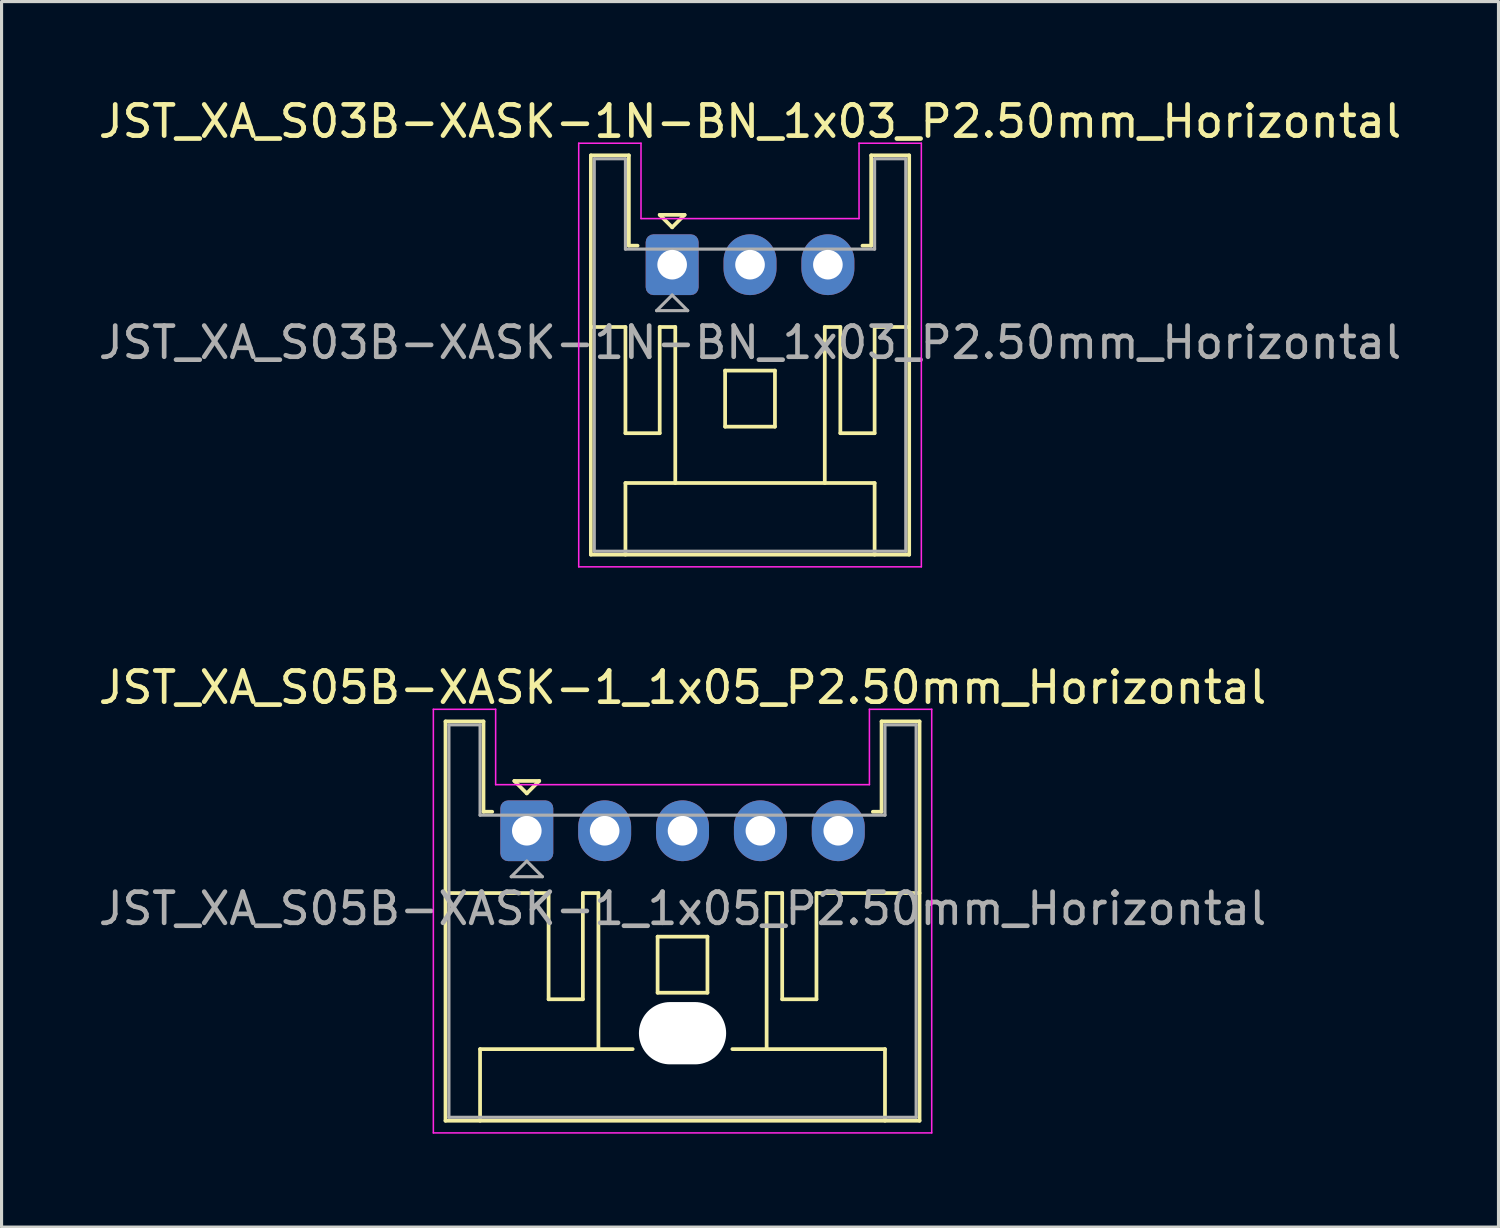
<source format=kicad_pcb>
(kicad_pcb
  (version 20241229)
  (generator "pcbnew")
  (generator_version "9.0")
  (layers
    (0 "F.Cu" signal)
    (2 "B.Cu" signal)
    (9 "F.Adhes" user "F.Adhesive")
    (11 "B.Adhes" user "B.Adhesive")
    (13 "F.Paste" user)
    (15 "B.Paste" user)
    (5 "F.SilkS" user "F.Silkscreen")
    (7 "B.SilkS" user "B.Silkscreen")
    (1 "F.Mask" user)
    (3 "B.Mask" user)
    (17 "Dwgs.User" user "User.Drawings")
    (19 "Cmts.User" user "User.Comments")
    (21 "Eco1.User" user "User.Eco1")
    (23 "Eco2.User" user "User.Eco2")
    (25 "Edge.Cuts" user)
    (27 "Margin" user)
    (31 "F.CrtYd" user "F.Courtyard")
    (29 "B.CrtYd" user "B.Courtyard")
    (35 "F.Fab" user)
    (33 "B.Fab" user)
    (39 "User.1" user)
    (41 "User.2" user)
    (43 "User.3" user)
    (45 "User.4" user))
  (footprint "JST_XA_S05B-XASK-1_1x05_P2.50mm_Horizontal"
    (layer "F.Cu")
    (at 13.863 23.622)
    (property "Reference" "JST_XA_S05B-XASK-1_1x05_P2.50mm_Horizontal" (at 5 -4.6 0) (layer "F.SilkS") (effects (font (size 1 1) (thickness 0.15))))
    (attr through_hole)
    (fp_line (start -2.61 -3.51) (end -2.61 9.31) (stroke (width 0.12) (type solid)) (layer "F.SilkS"))
    (fp_line (start -2.61 9.31) (end 12.61 9.31) (stroke (width 0.12) (type solid)) (layer "F.SilkS"))
    (fp_line (start -1.5 7.01) (end 3.4 7.01) (stroke (width 0.12) (type solid)) (layer "F.SilkS"))
    (fp_line (start -1.5 9.31) (end -1.5 7.01) (stroke (width 0.12) (type solid)) (layer "F.SilkS"))
    (fp_line (start -1.39 -3.51) (end -2.61 -3.51) (stroke (width 0.12) (type solid)) (layer "F.SilkS"))
    (fp_line (start -1.39 -0.61) (end -1.39 -3.51) (stroke (width 0.12) (type solid)) (layer "F.SilkS"))
    (fp_line (start -1.11 -0.61) (end -1.39 -0.61) (stroke (width 0.12) (type solid)) (layer "F.SilkS"))
    (fp_line (start -0.4 -1.6) (end 0.4 -1.6) (stroke (width 0.12) (type solid)) (layer "F.SilkS"))
    (fp_line (start 0 -1.2) (end -0.4 -1.6) (stroke (width 0.12) (type solid)) (layer "F.SilkS"))
    (fp_line (start 0.4 -1.6) (end 0 -1.2) (stroke (width 0.12) (type solid)) (layer "F.SilkS"))
    (fp_line (start 0.7 2) (end -2.61 2) (stroke (width 0.12) (type solid)) (layer "F.SilkS"))
    (fp_line (start 0.7 5.41) (end 0.7 2) (stroke (width 0.12) (type solid)) (layer "F.SilkS"))
    (fp_line (start 1.8 2) (end 1.8 5.41) (stroke (width 0.12) (type solid)) (layer "F.SilkS"))
    (fp_line (start 1.8 5.41) (end 0.7 5.41) (stroke (width 0.12) (type solid)) (layer "F.SilkS"))
    (fp_line (start 2.3 2) (end 1.8 2) (stroke (width 0.12) (type solid)) (layer "F.SilkS"))
    (fp_line (start 2.3 7.01) (end 2.3 2) (stroke (width 0.12) (type solid)) (layer "F.SilkS"))
    (fp_line (start 4.2 3.4) (end 5.8 3.4) (stroke (width 0.12) (type solid)) (layer "F.SilkS"))
    (fp_line (start 4.2 5.2) (end 4.2 3.4) (stroke (width 0.12) (type solid)) (layer "F.SilkS"))
    (fp_line (start 5.8 3.4) (end 5.8 5.2) (stroke (width 0.12) (type solid)) (layer "F.SilkS"))
    (fp_line (start 5.8 5.2) (end 4.2 5.2) (stroke (width 0.12) (type solid)) (layer "F.SilkS"))
    (fp_line (start 6.6 7.01) (end 11.5 7.01) (stroke (width 0.12) (type solid)) (layer "F.SilkS"))
    (fp_line (start 7.7 2) (end 8.2 2) (stroke (width 0.12) (type solid)) (layer "F.SilkS"))
    (fp_line (start 7.7 7.01) (end 7.7 2) (stroke (width 0.12) (type solid)) (layer "F.SilkS"))
    (fp_line (start 8.2 2) (end 8.2 5.41) (stroke (width 0.12) (type solid)) (layer "F.SilkS"))
    (fp_line (start 8.2 5.41) (end 9.3 5.41) (stroke (width 0.12) (type solid)) (layer "F.SilkS"))
    (fp_line (start 9.3 2) (end 12.61 2) (stroke (width 0.12) (type solid)) (layer "F.SilkS"))
    (fp_line (start 9.3 5.41) (end 9.3 2) (stroke (width 0.12) (type solid)) (layer "F.SilkS"))
    (fp_line (start 11.39 -3.51) (end 11.39 -0.61) (stroke (width 0.12) (type solid)) (layer "F.SilkS"))
    (fp_line (start 11.39 -0.61) (end 11.11 -0.61) (stroke (width 0.12) (type solid)) (layer "F.SilkS"))
    (fp_line (start 11.5 7.01) (end 11.5 9.31) (stroke (width 0.12) (type solid)) (layer "F.SilkS"))
    (fp_line (start 12.61 -3.51) (end 11.39 -3.51) (stroke (width 0.12) (type solid)) (layer "F.SilkS"))
    (fp_line (start 12.61 9.31) (end 12.61 -3.51) (stroke (width 0.12) (type solid)) (layer "F.SilkS"))
    (fp_line (start -3 -3.9) (end -1 -3.9) (stroke (width 0.05) (type solid)) (layer "F.CrtYd"))
    (fp_line (start -3 9.7) (end -3 -3.9) (stroke (width 0.05) (type solid)) (layer "F.CrtYd"))
    (fp_line (start -1 -3.9) (end -1 -1.48) (stroke (width 0.05) (type solid)) (layer "F.CrtYd"))
    (fp_line (start -1 -1.48) (end 11 -1.48) (stroke (width 0.05) (type solid)) (layer "F.CrtYd"))
    (fp_line (start 11 -3.9) (end 13 -3.9) (stroke (width 0.05) (type solid)) (layer "F.CrtYd"))
    (fp_line (start 11 -1.48) (end 11 -3.9) (stroke (width 0.05) (type solid)) (layer "F.CrtYd"))
    (fp_line (start 13 -3.9) (end 13 9.7) (stroke (width 0.05) (type solid)) (layer "F.CrtYd"))
    (fp_line (start 13 9.7) (end -3 9.7) (stroke (width 0.05) (type solid)) (layer "F.CrtYd"))
    (fp_line (start -2.5 -3.4) (end -2.5 9.2) (stroke (width 0.1) (type solid)) (layer "F.Fab"))
    (fp_line (start -2.5 9.2) (end 12.5 9.2) (stroke (width 0.1) (type solid)) (layer "F.Fab"))
    (fp_line (start -1.5 -3.4) (end -2.5 -3.4) (stroke (width 0.1) (type solid)) (layer "F.Fab"))
    (fp_line (start -1.5 -0.5) (end -1.5 -3.4) (stroke (width 0.1) (type solid)) (layer "F.Fab"))
    (fp_line (start -0.5 1.475) (end 0.5 1.475) (stroke (width 0.1) (type solid)) (layer "F.Fab"))
    (fp_line (start 0 0.975) (end -0.5 1.475) (stroke (width 0.1) (type solid)) (layer "F.Fab"))
    (fp_line (start 0.5 1.475) (end 0 0.975) (stroke (width 0.1) (type solid)) (layer "F.Fab"))
    (fp_line (start 11.5 -3.4) (end 11.5 -0.5) (stroke (width 0.1) (type solid)) (layer "F.Fab"))
    (fp_line (start 11.5 -0.5) (end -1.5 -0.5) (stroke (width 0.1) (type solid)) (layer "F.Fab"))
    (fp_line (start 12.5 -3.4) (end 11.5 -3.4) (stroke (width 0.1) (type solid)) (layer "F.Fab"))
    (fp_line (start 12.5 9.2) (end 12.5 -3.4) (stroke (width 0.1) (type solid)) (layer "F.Fab"))
    (fp_text user "${REFERENCE}" (at 5 2.5 0) (layer "F.Fab") (effects (font (size 1 1) (thickness 0.15))))
    (pad "" np_thru_hole oval (at 5 6.5) (size 2.8 2) (drill oval 2.8 2) (layers "*.Cu" "*.Mask"))
    (pad "1" thru_hole roundrect (at 0 0) (size 1.7 1.95) (drill 0.95) (layers "*.Cu" "*.Mask") (roundrect_rratio 0.147))
    (pad "2" thru_hole oval (at 2.5 0) (size 1.7 1.95) (drill 0.95) (layers "*.Cu" "*.Mask"))
    (pad "3" thru_hole oval (at 5 0) (size 1.7 1.95) (drill 0.95) (layers "*.Cu" "*.Mask"))
    (pad "4" thru_hole oval (at 7.5 0) (size 1.7 1.95) (drill 0.95) (layers "*.Cu" "*.Mask"))
    (pad "5" thru_hole oval (at 10 0) (size 1.7 1.95) (drill 0.95) (layers "*.Cu" "*.Mask")))
  (footprint "JST_XA_S03B-XASK-1N-BN_1x03_P2.50mm_Horizontal"
    (layer "F.Cu")
    (at 18.53 5.448)
    (property "Reference" "JST_XA_S03B-XASK-1N-BN_1x03_P2.50mm_Horizontal" (at 2.5 -4.6 0) (layer "F.SilkS") (effects (font (size 1 1) (thickness 0.15))))
    (attr through_hole)
    (fp_line (start -2.61 -3.51) (end -2.61 9.31) (stroke (width 0.12) (type solid)) (layer "F.SilkS"))
    (fp_line (start -2.61 9.31) (end 7.61 9.31) (stroke (width 0.12) (type solid)) (layer "F.SilkS"))
    (fp_line (start -1.5 2) (end -2.61 2) (stroke (width 0.12) (type solid)) (layer "F.SilkS"))
    (fp_line (start -1.5 5.41) (end -1.5 2) (stroke (width 0.12) (type solid)) (layer "F.SilkS"))
    (fp_line (start -1.5 7.01) (end 6.5 7.01) (stroke (width 0.12) (type solid)) (layer "F.SilkS"))
    (fp_line (start -1.5 9.31) (end -1.5 7.01) (stroke (width 0.12) (type solid)) (layer "F.SilkS"))
    (fp_line (start -1.39 -3.51) (end -2.61 -3.51) (stroke (width 0.12) (type solid)) (layer "F.SilkS"))
    (fp_line (start -1.39 -0.61) (end -1.39 -3.51) (stroke (width 0.12) (type solid)) (layer "F.SilkS"))
    (fp_line (start -1.11 -0.61) (end -1.39 -0.61) (stroke (width 0.12) (type solid)) (layer "F.SilkS"))
    (fp_line (start -0.4 -1.6) (end 0.4 -1.6) (stroke (width 0.12) (type solid)) (layer "F.SilkS"))
    (fp_line (start -0.4 2) (end -0.4 5.41) (stroke (width 0.12) (type solid)) (layer "F.SilkS"))
    (fp_line (start -0.4 5.41) (end -1.5 5.41) (stroke (width 0.12) (type solid)) (layer "F.SilkS"))
    (fp_line (start 0 -1.2) (end -0.4 -1.6) (stroke (width 0.12) (type solid)) (layer "F.SilkS"))
    (fp_line (start 0.1 2) (end -0.4 2) (stroke (width 0.12) (type solid)) (layer "F.SilkS"))
    (fp_line (start 0.1 7.01) (end 0.1 2) (stroke (width 0.12) (type solid)) (layer "F.SilkS"))
    (fp_line (start 0.4 -1.6) (end 0 -1.2) (stroke (width 0.12) (type solid)) (layer "F.SilkS"))
    (fp_line (start 1.7 3.4) (end 3.3 3.4) (stroke (width 0.12) (type solid)) (layer "F.SilkS"))
    (fp_line (start 1.7 5.2) (end 1.7 3.4) (stroke (width 0.12) (type solid)) (layer "F.SilkS"))
    (fp_line (start 3.3 3.4) (end 3.3 5.2) (stroke (width 0.12) (type solid)) (layer "F.SilkS"))
    (fp_line (start 3.3 5.2) (end 1.7 5.2) (stroke (width 0.12) (type solid)) (layer "F.SilkS"))
    (fp_line (start 4.9 2) (end 5.4 2) (stroke (width 0.12) (type solid)) (layer "F.SilkS"))
    (fp_line (start 4.9 7.01) (end 4.9 2) (stroke (width 0.12) (type solid)) (layer "F.SilkS"))
    (fp_line (start 5.4 2) (end 5.4 5.41) (stroke (width 0.12) (type solid)) (layer "F.SilkS"))
    (fp_line (start 5.4 5.41) (end 6.5 5.41) (stroke (width 0.12) (type solid)) (layer "F.SilkS"))
    (fp_line (start 6.39 -3.51) (end 6.39 -0.61) (stroke (width 0.12) (type solid)) (layer "F.SilkS"))
    (fp_line (start 6.39 -0.61) (end 6.11 -0.61) (stroke (width 0.12) (type solid)) (layer "F.SilkS"))
    (fp_line (start 6.5 2) (end 7.61 2) (stroke (width 0.12) (type solid)) (layer "F.SilkS"))
    (fp_line (start 6.5 5.41) (end 6.5 2) (stroke (width 0.12) (type solid)) (layer "F.SilkS"))
    (fp_line (start 6.5 7.01) (end 6.5 9.31) (stroke (width 0.12) (type solid)) (layer "F.SilkS"))
    (fp_line (start 7.61 -3.51) (end 6.39 -3.51) (stroke (width 0.12) (type solid)) (layer "F.SilkS"))
    (fp_line (start 7.61 9.31) (end 7.61 -3.51) (stroke (width 0.12) (type solid)) (layer "F.SilkS"))
    (fp_line (start -3 -3.9) (end -1 -3.9) (stroke (width 0.05) (type solid)) (layer "F.CrtYd"))
    (fp_line (start -3 9.7) (end -3 -3.9) (stroke (width 0.05) (type solid)) (layer "F.CrtYd"))
    (fp_line (start -1 -3.9) (end -1 -1.48) (stroke (width 0.05) (type solid)) (layer "F.CrtYd"))
    (fp_line (start -1 -1.48) (end 6 -1.48) (stroke (width 0.05) (type solid)) (layer "F.CrtYd"))
    (fp_line (start 6 -3.9) (end 8 -3.9) (stroke (width 0.05) (type solid)) (layer "F.CrtYd"))
    (fp_line (start 6 -1.48) (end 6 -3.9) (stroke (width 0.05) (type solid)) (layer "F.CrtYd"))
    (fp_line (start 8 -3.9) (end 8 9.7) (stroke (width 0.05) (type solid)) (layer "F.CrtYd"))
    (fp_line (start 8 9.7) (end -3 9.7) (stroke (width 0.05) (type solid)) (layer "F.CrtYd"))
    (fp_line (start -2.5 -3.4) (end -2.5 9.2) (stroke (width 0.1) (type solid)) (layer "F.Fab"))
    (fp_line (start -2.5 9.2) (end 7.5 9.2) (stroke (width 0.1) (type solid)) (layer "F.Fab"))
    (fp_line (start -1.5 -3.4) (end -2.5 -3.4) (stroke (width 0.1) (type solid)) (layer "F.Fab"))
    (fp_line (start -1.5 -0.5) (end -1.5 -3.4) (stroke (width 0.1) (type solid)) (layer "F.Fab"))
    (fp_line (start -0.5 1.475) (end 0.5 1.475) (stroke (width 0.1) (type solid)) (layer "F.Fab"))
    (fp_line (start 0 0.975) (end -0.5 1.475) (stroke (width 0.1) (type solid)) (layer "F.Fab"))
    (fp_line (start 0.5 1.475) (end 0 0.975) (stroke (width 0.1) (type solid)) (layer "F.Fab"))
    (fp_line (start 6.5 -3.4) (end 6.5 -0.5) (stroke (width 0.1) (type solid)) (layer "F.Fab"))
    (fp_line (start 6.5 -0.5) (end -1.5 -0.5) (stroke (width 0.1) (type solid)) (layer "F.Fab"))
    (fp_line (start 7.5 -3.4) (end 6.5 -3.4) (stroke (width 0.1) (type solid)) (layer "F.Fab"))
    (fp_line (start 7.5 9.2) (end 7.5 -3.4) (stroke (width 0.1) (type solid)) (layer "F.Fab"))
    (fp_text user "${REFERENCE}" (at 2.5 2.5 0) (layer "F.Fab") (effects (font (size 1 1) (thickness 0.15))))
    (pad "1" thru_hole roundrect (at 0 0) (size 1.7 1.95) (drill 0.95) (layers "*.Cu" "*.Mask") (roundrect_rratio 0.147))
    (pad "2" thru_hole oval (at 2.5 0) (size 1.7 1.95) (drill 0.95) (layers "*.Cu" "*.Mask"))
    (pad "3" thru_hole oval (at 5 0) (size 1.7 1.95) (drill 0.95) (layers "*.Cu" "*.Mask")))
  (gr_rect
    (start -3 -3)
    (end 45.06 36.346)
    (stroke (width 0.1) (type default))
    (fill no)
    (layer "Edge.Cuts")))
</source>
